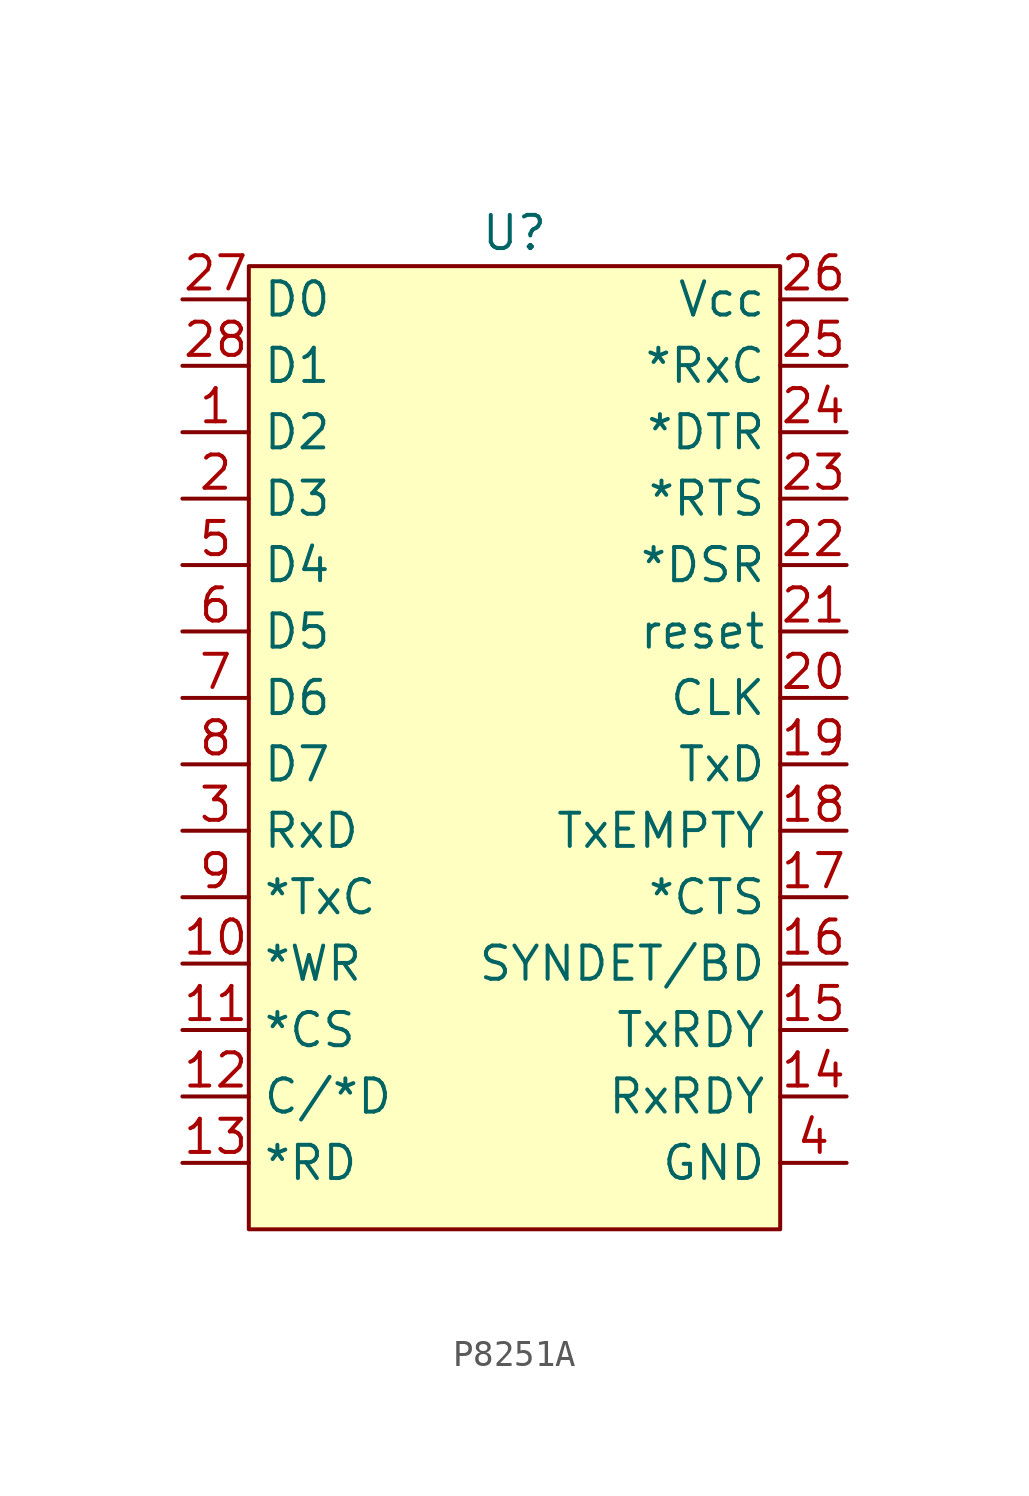
<source format=kicad_sym>
(kicad_symbol_lib
  (version 20241209)
  (generator "kicad_symbol_editor")
  (generator_version "9.0")
  (symbol "P8251A"
    (property "Reference" "U"
      (at 0 17.78 0)
      (effects (font (size 1.27 1.27))))
    (property "Value" ""
      (at 0 10.16 0)
      (effects (font (size 1.27 1.27))))
    (symbol "P8251A_1_1"
      (rectangle (start -10.16 16.51) (end 10.16 -20.32) (stroke (width 0) (type solid)) (fill (type background)))
      (pin input line (at -12.7 15.24 0) (length 2.54) (name "D0" (effects (font (size 1.27 1.27)))) (number "27" (effects (font (size 1.27 1.27)))))
      (pin input line (at -12.7 12.7 0) (length 2.54) (name "D1" (effects (font (size 1.27 1.27)))) (number "28" (effects (font (size 1.27 1.27)))))
      (pin input line (at -12.7 10.16 0) (length 2.54) (name "D2" (effects (font (size 1.27 1.27)))) (number "1" (effects (font (size 1.27 1.27)))))
      (pin input line (at -12.7 7.62 0) (length 2.54) (name "D3" (effects (font (size 1.27 1.27)))) (number "2" (effects (font (size 1.27 1.27)))))
      (pin input line (at -12.7 5.08 0) (length 2.54) (name "D4" (effects (font (size 1.27 1.27)))) (number "5" (effects (font (size 1.27 1.27)))))
      (pin input line (at -12.7 2.54 0) (length 2.54) (name "D5" (effects (font (size 1.27 1.27)))) (number "6" (effects (font (size 1.27 1.27)))))
      (pin input line (at -12.7 0 0) (length 2.54) (name "D6" (effects (font (size 1.27 1.27)))) (number "7" (effects (font (size 1.27 1.27)))))
      (pin input line (at -12.7 -2.54 0) (length 2.54) (name "D7" (effects (font (size 1.27 1.27)))) (number "8" (effects (font (size 1.27 1.27)))))
      (pin input line (at -12.7 -5.08 0) (length 2.54) (name "RxD" (effects (font (size 1.27 1.27)))) (number "3" (effects (font (size 1.27 1.27)))))
      (pin input line (at -12.7 -7.62 0) (length 2.54) (name "*TxC" (effects (font (size 1.27 1.27)))) (number "9" (effects (font (size 1.27 1.27)))))
      (pin input line (at -12.7 -10.16 0) (length 2.54) (name "*WR" (effects (font (size 1.27 1.27)))) (number "10" (effects (font (size 1.27 1.27)))))
      (pin input line (at -12.7 -12.7 0) (length 2.54) (name "*CS" (effects (font (size 1.27 1.27)))) (number "11" (effects (font (size 1.27 1.27)))))
      (pin input line (at -12.7 -15.24 0) (length 2.54) (name "C/*D" (effects (font (size 1.27 1.27)))) (number "12" (effects (font (size 1.27 1.27)))))
      (pin input line (at -12.7 -17.78 0) (length 2.54) (name "*RD" (effects (font (size 1.27 1.27)))) (number "13" (effects (font (size 1.27 1.27)))))
      (pin power_in line (at 12.7 15.24 180) (length 2.54) (name "Vcc" (effects (font (size 1.27 1.27)))) (number "26" (effects (font (size 1.27 1.27)))))
      (pin input line (at 12.7 12.7 180) (length 2.54) (name "*RxC" (effects (font (size 1.27 1.27)))) (number "25" (effects (font (size 1.27 1.27)))))
      (pin input line (at 12.7 10.16 180) (length 2.54) (name "*DTR" (effects (font (size 1.27 1.27)))) (number "24" (effects (font (size 1.27 1.27)))))
      (pin input line (at 12.7 7.62 180) (length 2.54) (name "*RTS" (effects (font (size 1.27 1.27)))) (number "23" (effects (font (size 1.27 1.27)))))
      (pin input line (at 12.7 5.08 180) (length 2.54) (name "*DSR" (effects (font (size 1.27 1.27)))) (number "22" (effects (font (size 1.27 1.27)))))
      (pin input line (at 12.7 2.54 180) (length 2.54) (name "reset" (effects (font (size 1.27 1.27)))) (number "21" (effects (font (size 1.27 1.27)))))
      (pin input line (at 12.7 0 180) (length 2.54) (name "CLK" (effects (font (size 1.27 1.27)))) (number "20" (effects (font (size 1.27 1.27)))))
      (pin input line (at 12.7 -2.54 180) (length 2.54) (name "TxD" (effects (font (size 1.27 1.27)))) (number "19" (effects (font (size 1.27 1.27)))))
      (pin input line (at 12.7 -5.08 180) (length 2.54) (name "TxEMPTY" (effects (font (size 1.27 1.27)))) (number "18" (effects (font (size 1.27 1.27)))))
      (pin input line (at 12.7 -7.62 180) (length 2.54) (name "*CTS" (effects (font (size 1.27 1.27)))) (number "17" (effects (font (size 1.27 1.27)))))
      (pin input line (at 12.7 -10.16 180) (length 2.54) (name "SYNDET/BD" (effects (font (size 1.27 1.27)))) (number "16" (effects (font (size 1.27 1.27)))))
      (pin input line (at 12.7 -12.7 180) (length 2.54) (name "TxRDY" (effects (font (size 1.27 1.27)))) (number "15" (effects (font (size 1.27 1.27)))))
      (pin input line (at 12.7 -15.24 180) (length 2.54) (name "RxRDY" (effects (font (size 1.27 1.27)))) (number "14" (effects (font (size 1.27 1.27)))))
      (pin power_in line (at 12.7 -17.78 180) (length 2.54) (name "GND" (effects (font (size 1.27 1.27)))) (number "4" (effects (font (size 1.27 1.27))))))))
</source>
